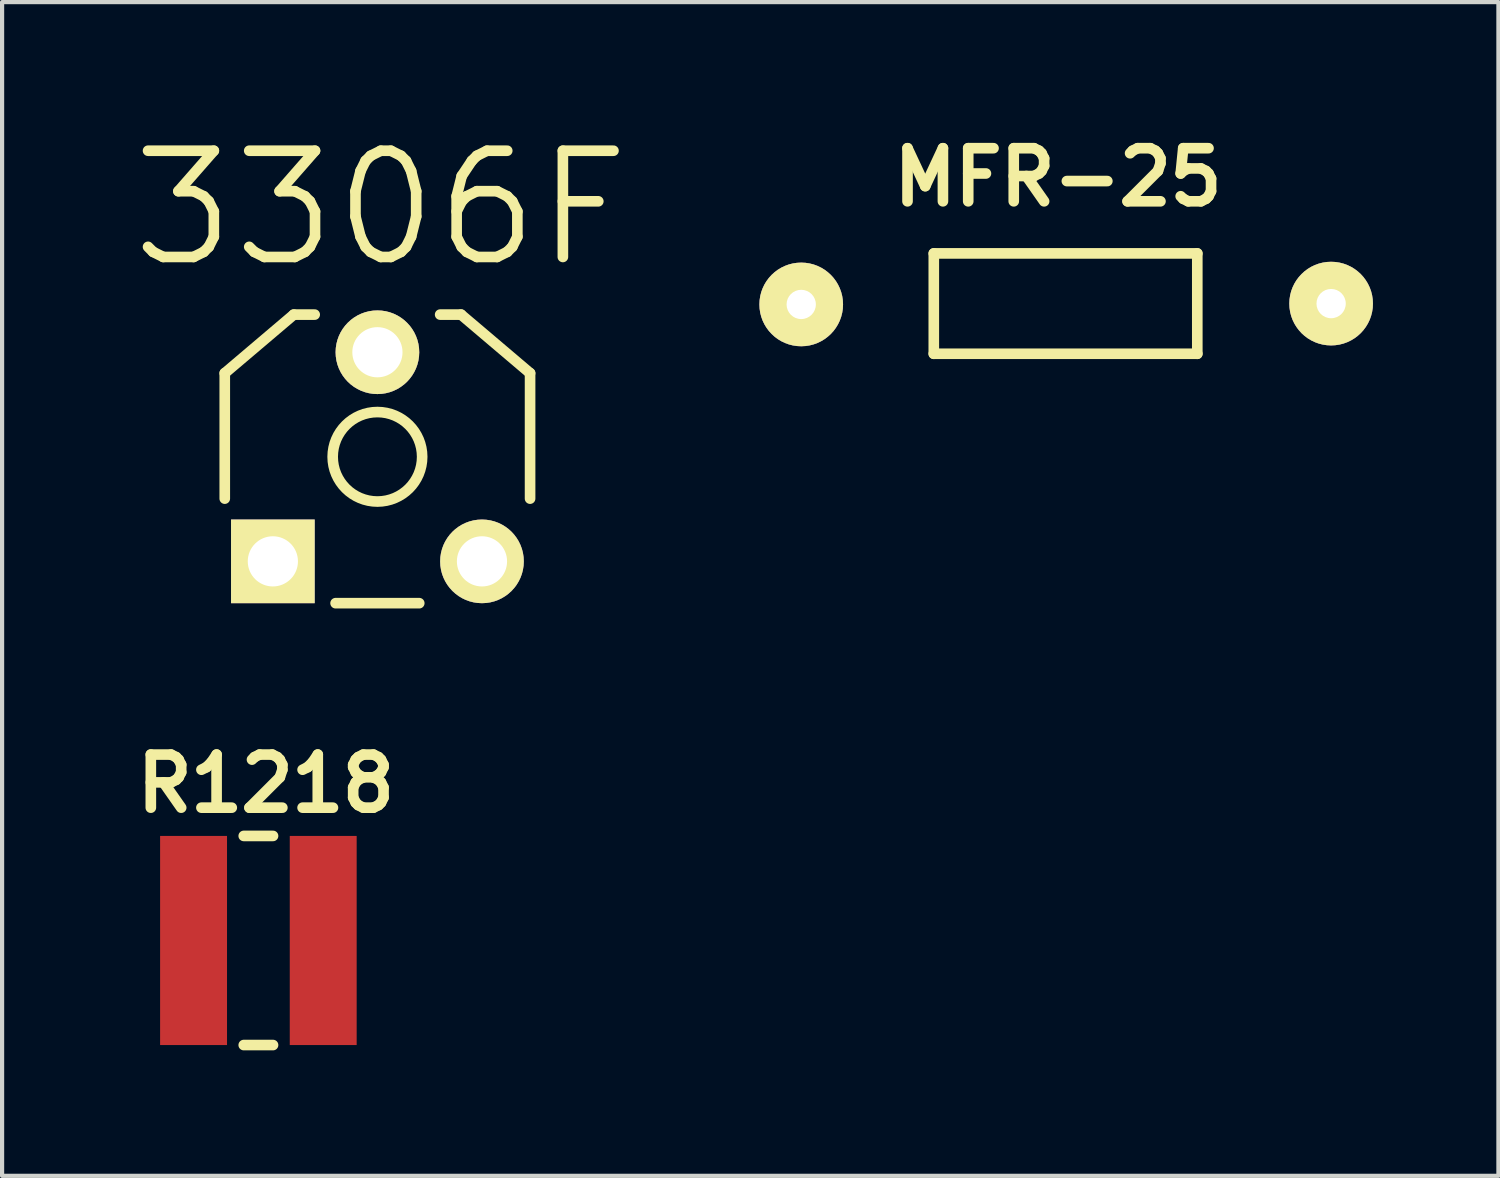
<source format=kicad_pcb>
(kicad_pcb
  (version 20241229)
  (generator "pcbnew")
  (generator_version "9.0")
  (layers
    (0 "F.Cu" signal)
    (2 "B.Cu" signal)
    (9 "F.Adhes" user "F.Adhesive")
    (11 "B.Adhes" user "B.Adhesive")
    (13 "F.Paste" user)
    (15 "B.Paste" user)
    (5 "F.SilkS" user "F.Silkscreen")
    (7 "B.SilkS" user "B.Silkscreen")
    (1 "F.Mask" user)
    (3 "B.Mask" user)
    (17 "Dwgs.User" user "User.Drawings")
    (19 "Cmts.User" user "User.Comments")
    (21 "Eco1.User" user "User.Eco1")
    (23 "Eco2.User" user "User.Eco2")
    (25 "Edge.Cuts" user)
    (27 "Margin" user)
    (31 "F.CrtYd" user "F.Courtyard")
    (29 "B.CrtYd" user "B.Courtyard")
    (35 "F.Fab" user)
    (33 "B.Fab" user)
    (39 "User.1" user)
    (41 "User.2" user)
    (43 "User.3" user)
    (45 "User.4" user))
  (footprint "R1218"
    (layer "F.Cu")
    (at 1.578 19.437)
    (property "Reference" "R1218" (at 1.73 -3.75 0) (layer "F.SilkS") (effects (font (size 1.27 1.27) (thickness 0.254))))
    (attr smd)
    (fp_line (start 1.2 -2.5) (end 1.9 -2.5) (stroke (width 0.254) (type solid)) (layer "F.SilkS"))
    (fp_line (start 1.2 2.5) (end 1.9 2.5) (stroke (width 0.254) (type solid)) (layer "F.SilkS"))
    (pad "1" smd rect (at 0 0) (size 1.6 5) (layers "F.Cu" "F.Mask" "F.Paste"))
    (pad "2" smd rect (at 3.1 0) (size 1.6 5) (layers "F.Cu" "F.Mask" "F.Paste")))
  (footprint "3306F"
    (layer "F.Cu")
    (at 5.974 10.372)
    (property "Reference" "3306F" (at 0.08 -8.44 0) (layer "F.SilkS") (effects (font (size 2.54 2.54) (thickness 0.254))))
    (attr through_hole)
    (fp_line (start -3.65 -4.5) (end -2 -5.9) (stroke (width 0.254) (type solid)) (layer "F.SilkS"))
    (fp_line (start -3.65 -1.5) (end -3.65 -4.5) (stroke (width 0.254) (type solid)) (layer "F.SilkS"))
    (fp_line (start -1.5 -5.9) (end -2 -5.9) (stroke (width 0.254) (type solid)) (layer "F.SilkS"))
    (fp_line (start -1 1) (end 1 1) (stroke (width 0.254) (type solid)) (layer "F.SilkS"))
    (fp_line (start 1.5 -5.9) (end 2 -5.9) (stroke (width 0.254) (type solid)) (layer "F.SilkS"))
    (fp_line (start 2 -5.9) (end 3.65 -4.5) (stroke (width 0.254) (type solid)) (layer "F.SilkS"))
    (fp_line (start 3.65 -1.5) (end 3.65 -4.5) (stroke (width 0.254) (type solid)) (layer "F.SilkS"))
    (fp_circle (center 0 -2.5) (end 1 -2.88) (stroke (width 0.254) (type solid)) (fill no) (layer "F.SilkS"))
    (pad "1" thru_hole rect (at -2.5 0) (size 2 2) (drill 1.2) (layers "*.Cu" "*.Mask" "F.SilkS"))
    (pad "2" thru_hole circle (at 0 -5) (size 2 2) (drill 1.2) (layers "*.Cu" "*.Mask" "F.SilkS"))
    (pad "3" thru_hole circle (at 2.5 0) (size 2 2) (drill 1.2) (layers "*.Cu" "*.Mask" "F.SilkS")))
  (footprint "MFR-25"
    (layer "F.Cu")
    (at 16.077 4.209)
    (property "Reference" "MFR-25" (at 6.17 -3.02 0) (layer "F.SilkS") (effects (font (size 1.27 1.27) (thickness 0.254))))
    (attr through_hole)
    (fp_line (start 3.2 -1.2) (end 3.2 1.2) (stroke (width 0.254) (type solid)) (layer "F.SilkS"))
    (fp_line (start 3.2 -1.2) (end 9.5 -1.2) (stroke (width 0.254) (type solid)) (layer "F.SilkS"))
    (fp_line (start 3.2 1.2) (end 9.5 1.2) (stroke (width 0.254) (type solid)) (layer "F.SilkS"))
    (fp_line (start 9.5 -1.2) (end 9.5 1.2) (stroke (width 0.254) (type solid)) (layer "F.SilkS"))
    (pad "1" thru_hole circle (at 0.03 0.02) (size 2 2) (drill 0.7) (layers "*.Cu" "*.Mask" "F.SilkS"))
    (pad "2" thru_hole circle (at 12.7 0) (size 2 2) (drill 0.7) (layers "*.Cu" "*.Mask" "F.SilkS")))
  (gr_rect
    (start -3 -3)
    (end 32.777 25.064)
    (stroke (width 0.1) (type default))
    (fill no)
    (layer "Edge.Cuts")))
</source>
